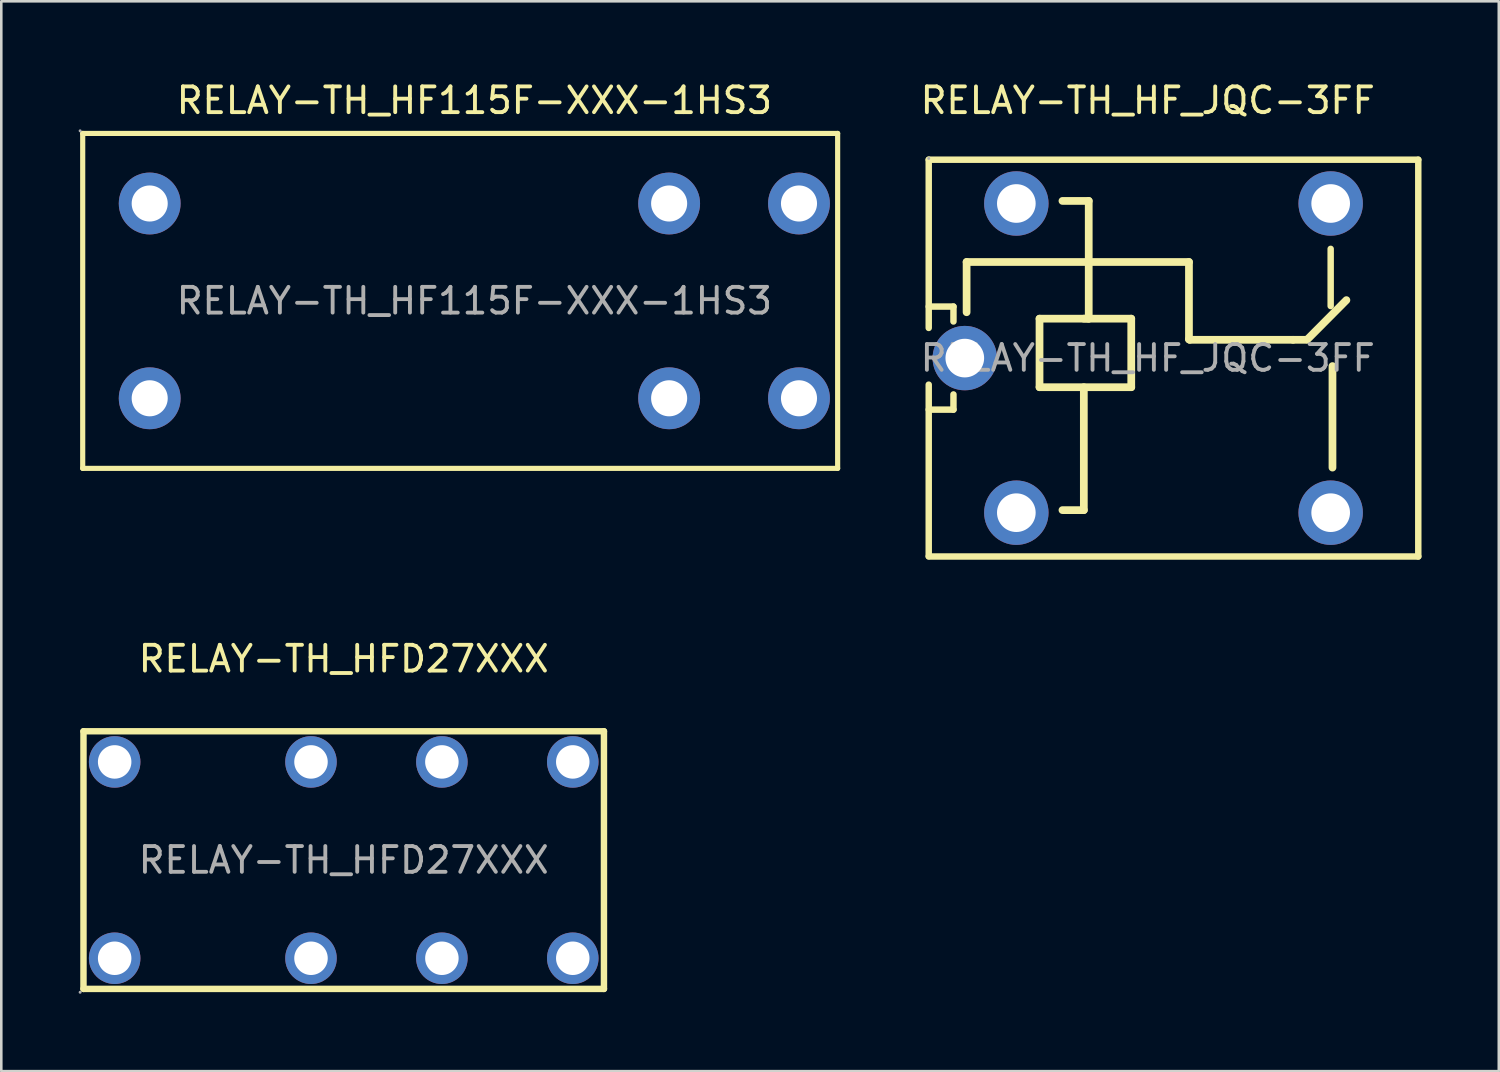
<source format=kicad_pcb>
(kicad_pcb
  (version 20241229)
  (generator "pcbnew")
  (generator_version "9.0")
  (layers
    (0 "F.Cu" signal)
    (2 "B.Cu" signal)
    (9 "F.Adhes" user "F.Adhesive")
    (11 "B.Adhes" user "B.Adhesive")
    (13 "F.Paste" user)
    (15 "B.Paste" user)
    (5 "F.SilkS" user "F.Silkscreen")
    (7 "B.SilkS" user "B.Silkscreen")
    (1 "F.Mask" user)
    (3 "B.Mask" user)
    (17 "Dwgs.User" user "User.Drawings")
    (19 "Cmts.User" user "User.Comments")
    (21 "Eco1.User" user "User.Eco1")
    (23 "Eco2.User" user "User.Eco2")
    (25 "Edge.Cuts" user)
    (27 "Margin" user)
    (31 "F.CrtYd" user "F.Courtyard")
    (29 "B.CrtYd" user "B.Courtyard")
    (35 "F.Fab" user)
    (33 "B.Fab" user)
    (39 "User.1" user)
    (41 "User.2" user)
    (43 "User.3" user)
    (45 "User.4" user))
  (footprint "RELAY-TH_HF115F-XXX-1HS3"
    (layer "F.Cu")
    (at 15.36 8.628)
    (property "Reference" "RELAY-TH_HF115F-XXX-1HS3" (at 0 -7.78 0) (layer "F.SilkS") (effects (font (size 1 1) (thickness 0.15))))
    (attr through_hole)
    (fp_line (start -15.2 -6.5) (end 14.1 -6.5) (stroke (width 0.2) (type solid)) (layer "F.SilkS"))
    (fp_line (start -15.2 6.5) (end -15.2 -6.5) (stroke (width 0.2) (type solid)) (layer "F.SilkS"))
    (fp_line (start -15.2 6.5) (end 14.1 6.5) (stroke (width 0.2) (type solid)) (layer "F.SilkS"))
    (fp_line (start 14.1 6.5) (end 14.1 -6.5) (stroke (width 0.2) (type solid)) (layer "F.SilkS"))
    (fp_circle (center -15.3 -6.6) (end -15.27 -6.6) (stroke (width 0.06) (type solid)) (fill no) (layer "F.Fab"))
    (fp_circle (center -12.6 -3.78) (end -12.3 -3.78) (stroke (width 0.6) (type solid)) (fill no) (layer "F.Fab"))
    (fp_circle (center -12.6 3.78) (end -12.3 3.78) (stroke (width 0.6) (type solid)) (fill no) (layer "F.Fab"))
    (fp_circle (center 7.56 -3.78) (end 7.86 -3.78) (stroke (width 0.6) (type solid)) (fill no) (layer "F.Fab"))
    (fp_circle (center 7.56 3.78) (end 7.86 3.78) (stroke (width 0.6) (type solid)) (fill no) (layer "F.Fab"))
    (fp_circle (center 12.6 -3.78) (end 12.9 -3.78) (stroke (width 0.6) (type solid)) (fill no) (layer "F.Fab"))
    (fp_circle (center 12.6 3.78) (end 12.9 3.78) (stroke (width 0.6) (type solid)) (fill no) (layer "F.Fab"))
    (fp_text user "${REFERENCE}" (at 0 0 0) (layer "F.Fab") (effects (font (size 1 1) (thickness 0.15))))
    (pad "1" thru_hole circle (at -12.6 -3.78) (size 2.4 2.4) (drill 1.4) (layers "*.Cu" "*.Paste" "*.Mask"))
    (pad "2" thru_hole circle (at -12.6 3.78) (size 2.4 2.4) (drill 1.4) (layers "*.Cu" "*.Paste" "*.Mask"))
    (pad "5" thru_hole circle (at 7.56 -3.78) (size 2.4 2.4) (drill 1.4) (layers "*.Cu" "*.Paste" "*.Mask"))
    (pad "6" thru_hole circle (at 7.56 3.78) (size 2.4 2.4) (drill 1.4) (layers "*.Cu" "*.Paste" "*.Mask"))
    (pad "7" thru_hole circle (at 12.6 -3.78) (size 2.4 2.4) (drill 1.4) (layers "*.Cu" "*.Paste" "*.Mask"))
    (pad "8" thru_hole circle (at 12.6 3.78) (size 2.4 2.4) (drill 1.4) (layers "*.Cu" "*.Paste" "*.Mask")))
  (footprint "RELAY-TH_HFD27XXX"
    (layer "F.Cu")
    (at 10.29 30.331)
    (property "Reference" "RELAY-TH_HFD27XXX" (at 0 -7.81 0) (layer "F.SilkS") (effects (font (size 1 1) (thickness 0.15))))
    (attr through_hole)
    (fp_line (start -10.1 -5) (end -10.1 5) (stroke (width 0.25) (type solid)) (layer "F.SilkS"))
    (fp_line (start -10.1 -5) (end 10.1 -5) (stroke (width 0.25) (type solid)) (layer "F.SilkS"))
    (fp_line (start -10.1 5) (end 10.1 5) (stroke (width 0.25) (type solid)) (layer "F.SilkS"))
    (fp_line (start 10.1 -5) (end 10.1 5) (stroke (width 0.25) (type solid)) (layer "F.SilkS"))
    (fp_circle (center -10.23 5.13) (end -10.2 5.13) (stroke (width 0.06) (type solid)) (fill no) (layer "F.Fab"))
    (fp_circle (center -8.89 -3.81) (end -8.61 -3.81) (stroke (width 0.55) (type solid)) (fill no) (layer "F.Fab"))
    (fp_circle (center -8.89 3.81) (end -8.61 3.81) (stroke (width 0.55) (type solid)) (fill no) (layer "F.Fab"))
    (fp_circle (center -1.27 -3.81) (end -0.99 -3.81) (stroke (width 0.55) (type solid)) (fill no) (layer "F.Fab"))
    (fp_circle (center -1.27 3.81) (end -0.99 3.81) (stroke (width 0.55) (type solid)) (fill no) (layer "F.Fab"))
    (fp_circle (center 3.81 -3.81) (end 4.09 -3.81) (stroke (width 0.55) (type solid)) (fill no) (layer "F.Fab"))
    (fp_circle (center 3.81 3.81) (end 4.09 3.81) (stroke (width 0.55) (type solid)) (fill no) (layer "F.Fab"))
    (fp_circle (center 8.89 -3.81) (end 9.17 -3.81) (stroke (width 0.55) (type solid)) (fill no) (layer "F.Fab"))
    (fp_circle (center 8.89 3.81) (end 9.17 3.81) (stroke (width 0.55) (type solid)) (fill no) (layer "F.Fab"))
    (fp_text user "${REFERENCE}" (at 0 0 0) (layer "F.Fab") (effects (font (size 1 1) (thickness 0.15))))
    (pad "1" thru_hole circle (at -8.89 3.81) (size 2 2) (drill 1.3) (layers "*.Cu" "*.Paste" "*.Mask"))
    (pad "4" thru_hole circle (at -1.27 3.81) (size 2 2) (drill 1.3) (layers "*.Cu" "*.Paste" "*.Mask"))
    (pad "6" thru_hole circle (at 3.81 3.81) (size 2 2) (drill 1.3) (layers "*.Cu" "*.Paste" "*.Mask"))
    (pad "8" thru_hole circle (at 8.89 3.81) (size 2 2) (drill 1.3) (layers "*.Cu" "*.Paste" "*.Mask"))
    (pad "9" thru_hole circle (at 8.89 -3.81) (size 2 2) (drill 1.3) (layers "*.Cu" "*.Paste" "*.Mask"))
    (pad "11" thru_hole circle (at 3.81 -3.81) (size 2 2) (drill 1.3) (layers "*.Cu" "*.Paste" "*.Mask"))
    (pad "13" thru_hole circle (at -1.27 -3.81 90) (size 2 2) (drill 1.3) (layers "*.Cu" "*.Paste" "*.Mask"))
    (pad "16" thru_hole circle (at -8.89 -3.81 90) (size 2 2) (drill 1.3) (layers "*.Cu" "*.Paste" "*.Mask")))
  (footprint "RELAY-TH_HF_JQC-3FF"
    (layer "F.Cu")
    (at 41.495 10.848)
    (property "Reference" "RELAY-TH_HF_JQC-3FF" (at 0 -10 0) (layer "F.SilkS") (effects (font (size 1 1) (thickness 0.15))))
    (attr through_hole)
    (fp_line (start -8.5 -7.7) (end -8.5 -1.17) (stroke (width 0.25) (type solid)) (layer "F.SilkS"))
    (fp_line (start -8.5 -7.7) (end 10.5 -7.7) (stroke (width 0.25) (type solid)) (layer "F.SilkS"))
    (fp_line (start -8.5 -2) (end -7.54 -2) (stroke (width 0.25) (type solid)) (layer "F.SilkS"))
    (fp_line (start -8.5 1.03) (end -8.5 7.69) (stroke (width 0.25) (type solid)) (layer "F.SilkS"))
    (fp_line (start -8.5 7.7) (end 10.5 7.7) (stroke (width 0.25) (type solid)) (layer "F.SilkS"))
    (fp_line (start -7.54 -2) (end -7.54 -1.42) (stroke (width 0.25) (type solid)) (layer "F.SilkS"))
    (fp_line (start -7.54 1.41) (end -7.54 2) (stroke (width 0.25) (type solid)) (layer "F.SilkS"))
    (fp_line (start -7.54 2) (end -8.5 2) (stroke (width 0.25) (type solid)) (layer "F.SilkS"))
    (fp_line (start -7.03 -3.73) (end 1.6 -3.73) (stroke (width 0.3) (type solid)) (layer "F.SilkS"))
    (fp_line (start -7.03 -1.78) (end -7.03 -3.73) (stroke (width 0.3) (type solid)) (layer "F.SilkS"))
    (fp_line (start -4.2 -1.53) (end -2.29 -1.53) (stroke (width 0.3) (type solid)) (layer "F.SilkS"))
    (fp_line (start -4.2 1.13) (end -4.2 -1.53) (stroke (width 0.3) (type solid)) (layer "F.SilkS"))
    (fp_line (start -3.31 5.9) (end -2.48 5.9) (stroke (width 0.3) (type solid)) (layer "F.SilkS"))
    (fp_line (start -2.48 -1.53) (end -0.64 -1.53) (stroke (width 0.3) (type solid)) (layer "F.SilkS"))
    (fp_line (start -2.48 5.9) (end -2.48 1.13) (stroke (width 0.3) (type solid)) (layer "F.SilkS"))
    (fp_line (start -2.29 -6.1) (end -3.31 -6.1) (stroke (width 0.3) (type solid)) (layer "F.SilkS"))
    (fp_line (start -2.29 -1.53) (end -2.29 -6.1) (stroke (width 0.3) (type solid)) (layer "F.SilkS"))
    (fp_line (start -0.64 -1.53) (end -0.64 1.13) (stroke (width 0.3) (type solid)) (layer "F.SilkS"))
    (fp_line (start -0.64 1.13) (end -4.2 1.13) (stroke (width 0.3) (type solid)) (layer "F.SilkS"))
    (fp_line (start 1.6 -3.73) (end 1.6 -0.73) (stroke (width 0.3) (type solid)) (layer "F.SilkS"))
    (fp_line (start 1.6 -0.73) (end 1.63 -0.71) (stroke (width 0.3) (type solid)) (layer "F.SilkS"))
    (fp_line (start 1.63 -0.71) (end 5.64 -0.71) (stroke (width 0.3) (type solid)) (layer "F.SilkS"))
    (fp_line (start 5.64 -0.71) (end 6.15 -0.71) (stroke (width 0.3) (type solid)) (layer "F.SilkS"))
    (fp_line (start 6.19 -0.72) (end 7.71 -2.25) (stroke (width 0.3) (type solid)) (layer "F.SilkS"))
    (fp_line (start 7.1 -4.24) (end 7.1 -2.02) (stroke (width 0.25) (type solid)) (layer "F.SilkS"))
    (fp_line (start 7.17 4.25) (end 7.17 0.31) (stroke (width 0.3) (type solid)) (layer "F.SilkS"))
    (fp_line (start 10.5 -7.7) (end 10.5 7.7) (stroke (width 0.25) (type solid)) (layer "F.SilkS"))
    (fp_circle (center -8.5 -7.75) (end -8.47 -7.75) (stroke (width 0.06) (type solid)) (fill no) (layer "F.Fab"))
    (fp_circle (center -5.1 -6) (end -4.95 -6) (stroke (width 0.3) (type solid)) (fill no) (layer "F.Fab"))
    (fp_circle (center -5.1 6) (end -4.95 6) (stroke (width 0.3) (type solid)) (fill no) (layer "F.Fab"))
    (fp_text user "${REFERENCE}" (at 0 0 0) (layer "F.Fab") (effects (font (size 1 1) (thickness 0.15))))
    (pad "1" thru_hole circle (at -5.1 -6 180) (size 2.5 2.5) (drill 1.5) (layers "*.Cu" "*.Paste" "*.Mask"))
    (pad "2" thru_hole circle (at -5.1 6 180) (size 2.5 2.5) (drill 1.5) (layers "*.Cu" "*.Paste" "*.Mask"))
    (pad "3" thru_hole circle (at 7.1 6 180) (size 2.5 2.5) (drill 1.5) (layers "*.Cu" "*.Paste" "*.Mask"))
    (pad "4" thru_hole circle (at -7.1 0 180) (size 2.5 2.5) (drill 1.5) (layers "*.Cu" "*.Paste" "*.Mask"))
    (pad "5" thru_hole circle (at 7.1 -6 180) (size 2.5 2.5) (drill 1.5) (layers "*.Cu" "*.Paste" "*.Mask")))
  (gr_rect
    (start -3 -3)
    (end 55.12 38.522)
    (stroke (width 0.1) (type default))
    (fill no)
    (layer "Edge.Cuts")))
</source>
